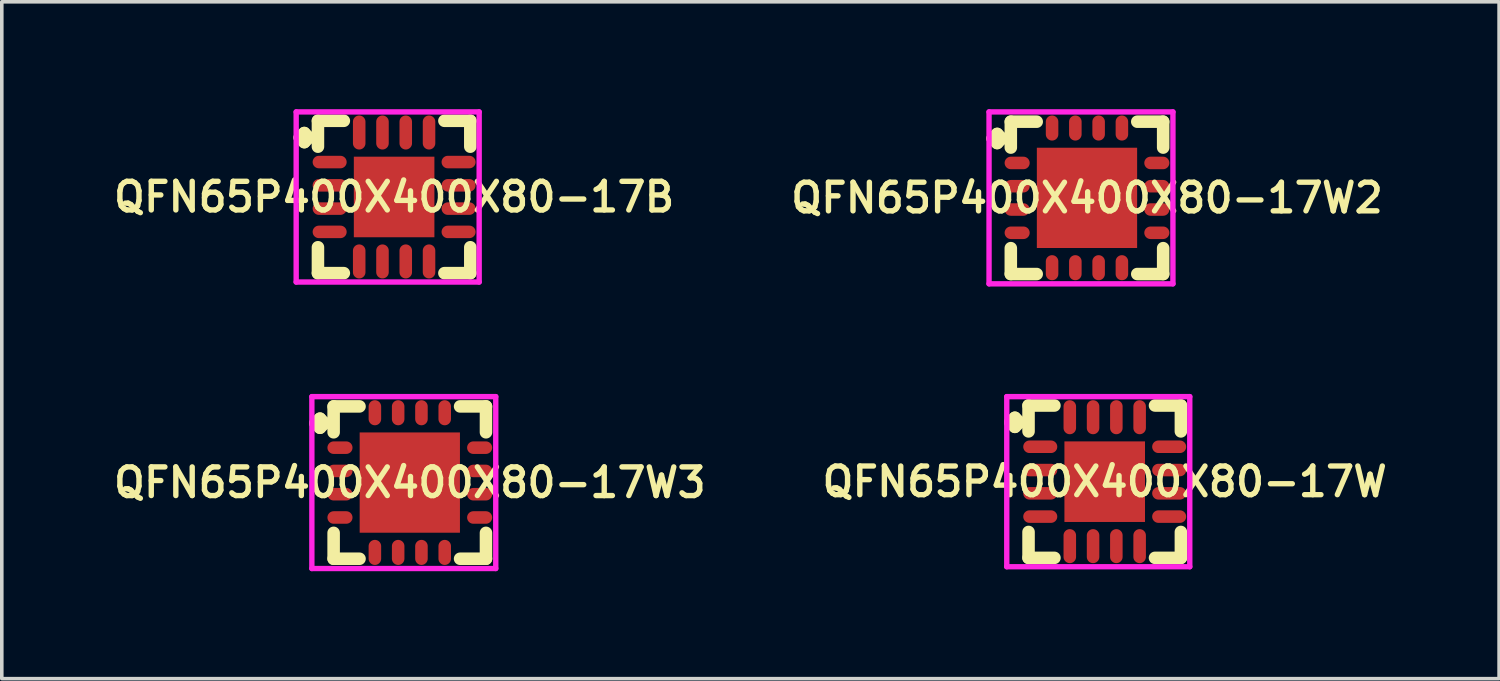
<source format=kicad_pcb>
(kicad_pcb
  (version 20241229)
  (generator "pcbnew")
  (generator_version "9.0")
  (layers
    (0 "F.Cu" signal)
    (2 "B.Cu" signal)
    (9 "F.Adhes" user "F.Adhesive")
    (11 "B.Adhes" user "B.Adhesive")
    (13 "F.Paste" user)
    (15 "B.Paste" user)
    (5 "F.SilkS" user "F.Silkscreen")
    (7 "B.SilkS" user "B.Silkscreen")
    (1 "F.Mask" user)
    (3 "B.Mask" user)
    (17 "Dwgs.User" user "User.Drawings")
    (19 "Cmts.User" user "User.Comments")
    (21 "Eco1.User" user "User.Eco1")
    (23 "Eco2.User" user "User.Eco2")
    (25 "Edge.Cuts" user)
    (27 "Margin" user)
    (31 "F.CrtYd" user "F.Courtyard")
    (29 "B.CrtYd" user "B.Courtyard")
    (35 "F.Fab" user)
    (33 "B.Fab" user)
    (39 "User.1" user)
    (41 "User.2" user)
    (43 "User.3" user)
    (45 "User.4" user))
  (footprint "QFN65P400X400X80-17W3"
    (layer "F.Cu")
    (at 8.393 10.425)
    (property "Reference" "QFN65P400X400X80-17W3" (at 0 0 0) (layer "F.SilkS") (effects (font (size 0.8 0.8) (thickness 0.15))))
    (attr smd)
    (fp_line (start -2.635 -1.658) (end -2.508 -1.785) (stroke (width 0.35) (type solid)) (layer "F.SilkS"))
    (fp_line (start -2.508 -1.785) (end -2.381 -1.658) (stroke (width 0.35) (type solid)) (layer "F.SilkS"))
    (fp_line (start -2.508 -1.531) (end -2.635 -1.658) (stroke (width 0.35) (type solid)) (layer "F.SilkS"))
    (fp_line (start -2.381 -1.658) (end -2.508 -1.531) (stroke (width 0.35) (type solid)) (layer "F.SilkS"))
    (fp_line (start -2.127 -2.127) (end -1.404 -2.127) (stroke (width 0.35) (type solid)) (layer "F.SilkS"))
    (fp_line (start -2.127 -1.404) (end -2.127 -2.127) (stroke (width 0.35) (type solid)) (layer "F.SilkS"))
    (fp_line (start -2.127 1.404) (end -2.127 2.127) (stroke (width 0.35) (type solid)) (layer "F.SilkS"))
    (fp_line (start -2.127 2.127) (end -1.404 2.127) (stroke (width 0.35) (type solid)) (layer "F.SilkS"))
    (fp_line (start 1.404 -2.127) (end 2.127 -2.127) (stroke (width 0.35) (type solid)) (layer "F.SilkS"))
    (fp_line (start 1.404 2.127) (end 2.127 2.127) (stroke (width 0.35) (type solid)) (layer "F.SilkS"))
    (fp_line (start 2.127 -2.127) (end 2.127 -1.404) (stroke (width 0.35) (type solid)) (layer "F.SilkS"))
    (fp_line (start 2.127 2.127) (end 2.127 1.404) (stroke (width 0.35) (type solid)) (layer "F.SilkS"))
    (fp_line (start -2.735 -2.4) (end 2.4 -2.4) (stroke (width 0.15) (type solid)) (layer "F.CrtYd"))
    (fp_line (start -2.735 2.4) (end -2.735 -2.4) (stroke (width 0.15) (type solid)) (layer "F.CrtYd"))
    (fp_line (start 2.4 -2.4) (end 2.4 2.4) (stroke (width 0.15) (type solid)) (layer "F.CrtYd"))
    (fp_line (start 2.4 2.4) (end -2.735 2.4) (stroke (width 0.15) (type solid)) (layer "F.CrtYd"))
    (pad "1" smd oval (at -1.95 -0.975) (size 0.7 0.35) (layers "F.Cu" "F.Mask" "F.Paste"))
    (pad "2" smd oval (at -1.95 -0.325) (size 0.7 0.35) (layers "F.Cu" "F.Mask" "F.Paste"))
    (pad "3" smd oval (at -1.95 0.325) (size 0.7 0.35) (layers "F.Cu" "F.Mask" "F.Paste"))
    (pad "4" smd oval (at -1.95 0.975) (size 0.7 0.35) (layers "F.Cu" "F.Mask" "F.Paste"))
    (pad "5" smd oval (at -0.975 1.95) (size 0.35 0.7) (layers "F.Cu" "F.Mask" "F.Paste"))
    (pad "6" smd oval (at -0.325 1.95) (size 0.35 0.7) (layers "F.Cu" "F.Mask" "F.Paste"))
    (pad "7" smd oval (at 0.325 1.95) (size 0.35 0.7) (layers "F.Cu" "F.Mask" "F.Paste"))
    (pad "8" smd oval (at 0.975 1.95) (size 0.35 0.7) (layers "F.Cu" "F.Mask" "F.Paste"))
    (pad "9" smd oval (at 1.95 0.975) (size 0.7 0.35) (layers "F.Cu" "F.Mask" "F.Paste"))
    (pad "10" smd oval (at 1.95 0.325) (size 0.7 0.35) (layers "F.Cu" "F.Mask" "F.Paste"))
    (pad "11" smd oval (at 1.95 -0.325) (size 0.7 0.35) (layers "F.Cu" "F.Mask" "F.Paste"))
    (pad "12" smd oval (at 1.95 -0.975) (size 0.7 0.35) (layers "F.Cu" "F.Mask" "F.Paste"))
    (pad "13" smd oval (at 0.975 -1.95) (size 0.35 0.7) (layers "F.Cu" "F.Mask" "F.Paste"))
    (pad "14" smd oval (at 0.325 -1.95) (size 0.35 0.7) (layers "F.Cu" "F.Mask" "F.Paste"))
    (pad "15" smd oval (at -0.325 -1.95) (size 0.35 0.7) (layers "F.Cu" "F.Mask" "F.Paste"))
    (pad "16" smd oval (at -0.975 -1.95) (size 0.35 0.7) (layers "F.Cu" "F.Mask" "F.Paste"))
    (pad "17" smd rect (at 0 0) (size 2.8 2.8) (layers "F.Cu" "F.Mask" "F.Paste")))
  (footprint "QFN65P400X400X80-17W"
    (layer "F.Cu")
    (at 27.797 10.4)
    (property "Reference" "QFN65P400X400X80-17W" (at 0 0 0) (layer "F.SilkS") (effects (font (size 0.8 0.8) (thickness 0.15))))
    (attr smd)
    (fp_line (start -2.635 -1.658) (end -2.508 -1.785) (stroke (width 0.35) (type solid)) (layer "F.SilkS"))
    (fp_line (start -2.508 -1.785) (end -2.381 -1.658) (stroke (width 0.35) (type solid)) (layer "F.SilkS"))
    (fp_line (start -2.508 -1.531) (end -2.635 -1.658) (stroke (width 0.35) (type solid)) (layer "F.SilkS"))
    (fp_line (start -2.381 -1.658) (end -2.508 -1.531) (stroke (width 0.35) (type solid)) (layer "F.SilkS"))
    (fp_line (start -2.127 -2.127) (end -1.404 -2.127) (stroke (width 0.35) (type solid)) (layer "F.SilkS"))
    (fp_line (start -2.127 -1.404) (end -2.127 -2.127) (stroke (width 0.35) (type solid)) (layer "F.SilkS"))
    (fp_line (start -2.127 1.404) (end -2.127 2.127) (stroke (width 0.35) (type solid)) (layer "F.SilkS"))
    (fp_line (start -2.127 2.127) (end -1.404 2.127) (stroke (width 0.35) (type solid)) (layer "F.SilkS"))
    (fp_line (start 1.404 -2.127) (end 2.127 -2.127) (stroke (width 0.35) (type solid)) (layer "F.SilkS"))
    (fp_line (start 1.404 2.127) (end 2.127 2.127) (stroke (width 0.35) (type solid)) (layer "F.SilkS"))
    (fp_line (start 2.127 -2.127) (end 2.127 -1.404) (stroke (width 0.35) (type solid)) (layer "F.SilkS"))
    (fp_line (start 2.127 2.127) (end 2.127 1.404) (stroke (width 0.35) (type solid)) (layer "F.SilkS"))
    (fp_line (start -2.735 -2.375) (end 2.375 -2.375) (stroke (width 0.15) (type solid)) (layer "F.CrtYd"))
    (fp_line (start -2.735 2.375) (end -2.735 -2.375) (stroke (width 0.15) (type solid)) (layer "F.CrtYd"))
    (fp_line (start 2.375 -2.375) (end 2.375 2.375) (stroke (width 0.15) (type solid)) (layer "F.CrtYd"))
    (fp_line (start 2.375 2.375) (end -2.735 2.375) (stroke (width 0.15) (type solid)) (layer "F.CrtYd"))
    (pad "1" smd oval (at -1.8 -0.975) (size 0.95 0.35) (layers "F.Cu" "F.Mask" "F.Paste"))
    (pad "2" smd oval (at -1.8 -0.325) (size 0.95 0.35) (layers "F.Cu" "F.Mask" "F.Paste"))
    (pad "3" smd oval (at -1.8 0.325) (size 0.95 0.35) (layers "F.Cu" "F.Mask" "F.Paste"))
    (pad "4" smd oval (at -1.8 0.975) (size 0.95 0.35) (layers "F.Cu" "F.Mask" "F.Paste"))
    (pad "5" smd oval (at -0.975 1.8) (size 0.35 0.95) (layers "F.Cu" "F.Mask" "F.Paste"))
    (pad "6" smd oval (at -0.325 1.8) (size 0.35 0.95) (layers "F.Cu" "F.Mask" "F.Paste"))
    (pad "7" smd oval (at 0.325 1.8) (size 0.35 0.95) (layers "F.Cu" "F.Mask" "F.Paste"))
    (pad "8" smd oval (at 0.975 1.8) (size 0.35 0.95) (layers "F.Cu" "F.Mask" "F.Paste"))
    (pad "9" smd oval (at 1.8 0.975) (size 0.95 0.35) (layers "F.Cu" "F.Mask" "F.Paste"))
    (pad "10" smd oval (at 1.8 0.325) (size 0.95 0.35) (layers "F.Cu" "F.Mask" "F.Paste"))
    (pad "11" smd oval (at 1.8 -0.325) (size 0.95 0.35) (layers "F.Cu" "F.Mask" "F.Paste"))
    (pad "12" smd oval (at 1.8 -0.975) (size 0.95 0.35) (layers "F.Cu" "F.Mask" "F.Paste"))
    (pad "13" smd oval (at 0.975 -1.8) (size 0.35 0.95) (layers "F.Cu" "F.Mask" "F.Paste"))
    (pad "14" smd oval (at 0.325 -1.8) (size 0.35 0.95) (layers "F.Cu" "F.Mask" "F.Paste"))
    (pad "15" smd oval (at -0.325 -1.8) (size 0.35 0.95) (layers "F.Cu" "F.Mask" "F.Paste"))
    (pad "16" smd oval (at -0.975 -1.8) (size 0.35 0.95) (layers "F.Cu" "F.Mask" "F.Paste"))
    (pad "17" smd rect (at 0 0) (size 2.25 2.25) (layers "F.Cu" "F.Mask" "F.Paste")))
  (footprint "QFN65P400X400X80-17B"
    (layer "F.Cu")
    (at 7.955 2.45)
    (property "Reference" "QFN65P400X400X80-17B" (at 0 0 0) (layer "F.SilkS") (effects (font (size 0.8 0.8) (thickness 0.15))))
    (attr smd)
    (fp_line (start -2.635 -1.658) (end -2.508 -1.785) (stroke (width 0.35) (type solid)) (layer "F.SilkS"))
    (fp_line (start -2.508 -1.785) (end -2.381 -1.658) (stroke (width 0.35) (type solid)) (layer "F.SilkS"))
    (fp_line (start -2.508 -1.531) (end -2.635 -1.658) (stroke (width 0.35) (type solid)) (layer "F.SilkS"))
    (fp_line (start -2.381 -1.658) (end -2.508 -1.531) (stroke (width 0.35) (type solid)) (layer "F.SilkS"))
    (fp_line (start -2.127 -2.127) (end -1.404 -2.127) (stroke (width 0.35) (type solid)) (layer "F.SilkS"))
    (fp_line (start -2.127 -1.404) (end -2.127 -2.127) (stroke (width 0.35) (type solid)) (layer "F.SilkS"))
    (fp_line (start -2.127 1.404) (end -2.127 2.127) (stroke (width 0.35) (type solid)) (layer "F.SilkS"))
    (fp_line (start -2.127 2.127) (end -1.404 2.127) (stroke (width 0.35) (type solid)) (layer "F.SilkS"))
    (fp_line (start 1.404 -2.127) (end 2.127 -2.127) (stroke (width 0.35) (type solid)) (layer "F.SilkS"))
    (fp_line (start 1.404 2.127) (end 2.127 2.127) (stroke (width 0.35) (type solid)) (layer "F.SilkS"))
    (fp_line (start 2.127 -2.127) (end 2.127 -1.404) (stroke (width 0.35) (type solid)) (layer "F.SilkS"))
    (fp_line (start 2.127 2.127) (end 2.127 1.404) (stroke (width 0.35) (type solid)) (layer "F.SilkS"))
    (fp_line (start -2.735 -2.375) (end 2.375 -2.375) (stroke (width 0.15) (type solid)) (layer "F.CrtYd"))
    (fp_line (start -2.735 2.375) (end -2.735 -2.375) (stroke (width 0.15) (type solid)) (layer "F.CrtYd"))
    (fp_line (start 2.375 -2.375) (end 2.375 2.375) (stroke (width 0.15) (type solid)) (layer "F.CrtYd"))
    (fp_line (start 2.375 2.375) (end -2.735 2.375) (stroke (width 0.15) (type solid)) (layer "F.CrtYd"))
    (pad "1" smd oval (at -1.8 -0.975) (size 0.95 0.35) (layers "F.Cu" "F.Mask" "F.Paste"))
    (pad "2" smd oval (at -1.8 -0.325) (size 0.95 0.35) (layers "F.Cu" "F.Mask" "F.Paste"))
    (pad "3" smd oval (at -1.8 0.325) (size 0.95 0.35) (layers "F.Cu" "F.Mask" "F.Paste"))
    (pad "4" smd oval (at -1.8 0.975) (size 0.95 0.35) (layers "F.Cu" "F.Mask" "F.Paste"))
    (pad "5" smd oval (at -0.975 1.8) (size 0.35 0.95) (layers "F.Cu" "F.Mask" "F.Paste"))
    (pad "6" smd oval (at -0.325 1.8) (size 0.35 0.95) (layers "F.Cu" "F.Mask" "F.Paste"))
    (pad "7" smd oval (at 0.325 1.8) (size 0.35 0.95) (layers "F.Cu" "F.Mask" "F.Paste"))
    (pad "8" smd oval (at 0.975 1.8) (size 0.35 0.95) (layers "F.Cu" "F.Mask" "F.Paste"))
    (pad "9" smd oval (at 1.8 0.975) (size 0.95 0.35) (layers "F.Cu" "F.Mask" "F.Paste"))
    (pad "10" smd oval (at 1.8 0.325) (size 0.95 0.35) (layers "F.Cu" "F.Mask" "F.Paste"))
    (pad "11" smd oval (at 1.8 -0.325) (size 0.95 0.35) (layers "F.Cu" "F.Mask" "F.Paste"))
    (pad "12" smd oval (at 1.8 -0.975) (size 0.95 0.35) (layers "F.Cu" "F.Mask" "F.Paste"))
    (pad "13" smd oval (at 0.975 -1.8) (size 0.35 0.95) (layers "F.Cu" "F.Mask" "F.Paste"))
    (pad "14" smd oval (at 0.325 -1.8) (size 0.35 0.95) (layers "F.Cu" "F.Mask" "F.Paste"))
    (pad "15" smd oval (at -0.325 -1.8) (size 0.35 0.95) (layers "F.Cu" "F.Mask" "F.Paste"))
    (pad "16" smd oval (at -0.975 -1.8) (size 0.35 0.95) (layers "F.Cu" "F.Mask" "F.Paste"))
    (pad "17" smd rect (at 0 0) (size 2.25 2.25) (layers "F.Cu" "F.Mask" "F.Paste")))
  (footprint "QFN65P400X400X80-17W2"
    (layer "F.Cu")
    (at 27.302 2.475)
    (property "Reference" "QFN65P400X400X80-17W2" (at 0 0 0) (layer "F.SilkS") (effects (font (size 0.8 0.8) (thickness 0.15))))
    (attr smd)
    (fp_line (start -2.635 -1.658) (end -2.508 -1.785) (stroke (width 0.35) (type solid)) (layer "F.SilkS"))
    (fp_line (start -2.508 -1.785) (end -2.381 -1.658) (stroke (width 0.35) (type solid)) (layer "F.SilkS"))
    (fp_line (start -2.508 -1.531) (end -2.635 -1.658) (stroke (width 0.35) (type solid)) (layer "F.SilkS"))
    (fp_line (start -2.381 -1.658) (end -2.508 -1.531) (stroke (width 0.35) (type solid)) (layer "F.SilkS"))
    (fp_line (start -2.127 -2.127) (end -1.404 -2.127) (stroke (width 0.35) (type solid)) (layer "F.SilkS"))
    (fp_line (start -2.127 -1.404) (end -2.127 -2.127) (stroke (width 0.35) (type solid)) (layer "F.SilkS"))
    (fp_line (start -2.127 1.404) (end -2.127 2.127) (stroke (width 0.35) (type solid)) (layer "F.SilkS"))
    (fp_line (start -2.127 2.127) (end -1.404 2.127) (stroke (width 0.35) (type solid)) (layer "F.SilkS"))
    (fp_line (start 1.404 -2.127) (end 2.127 -2.127) (stroke (width 0.35) (type solid)) (layer "F.SilkS"))
    (fp_line (start 1.404 2.127) (end 2.127 2.127) (stroke (width 0.35) (type solid)) (layer "F.SilkS"))
    (fp_line (start 2.127 -2.127) (end 2.127 -1.404) (stroke (width 0.35) (type solid)) (layer "F.SilkS"))
    (fp_line (start 2.127 2.127) (end 2.127 1.404) (stroke (width 0.35) (type solid)) (layer "F.SilkS"))
    (fp_line (start -2.735 -2.4) (end 2.4 -2.4) (stroke (width 0.15) (type solid)) (layer "F.CrtYd"))
    (fp_line (start -2.735 2.4) (end -2.735 -2.4) (stroke (width 0.15) (type solid)) (layer "F.CrtYd"))
    (fp_line (start 2.4 -2.4) (end 2.4 2.4) (stroke (width 0.15) (type solid)) (layer "F.CrtYd"))
    (fp_line (start 2.4 2.4) (end -2.735 2.4) (stroke (width 0.15) (type solid)) (layer "F.CrtYd"))
    (pad "1" smd oval (at -1.95 -0.975) (size 0.7 0.35) (layers "F.Cu" "F.Mask" "F.Paste"))
    (pad "2" smd oval (at -1.95 -0.325) (size 0.7 0.35) (layers "F.Cu" "F.Mask" "F.Paste"))
    (pad "3" smd oval (at -1.95 0.325) (size 0.7 0.35) (layers "F.Cu" "F.Mask" "F.Paste"))
    (pad "4" smd oval (at -1.95 0.975) (size 0.7 0.35) (layers "F.Cu" "F.Mask" "F.Paste"))
    (pad "5" smd oval (at -0.975 1.95) (size 0.35 0.7) (layers "F.Cu" "F.Mask" "F.Paste"))
    (pad "6" smd oval (at -0.325 1.95) (size 0.35 0.7) (layers "F.Cu" "F.Mask" "F.Paste"))
    (pad "7" smd oval (at 0.325 1.95) (size 0.35 0.7) (layers "F.Cu" "F.Mask" "F.Paste"))
    (pad "8" smd oval (at 0.975 1.95) (size 0.35 0.7) (layers "F.Cu" "F.Mask" "F.Paste"))
    (pad "9" smd oval (at 1.95 0.975) (size 0.7 0.35) (layers "F.Cu" "F.Mask" "F.Paste"))
    (pad "10" smd oval (at 1.95 0.325) (size 0.7 0.35) (layers "F.Cu" "F.Mask" "F.Paste"))
    (pad "11" smd oval (at 1.95 -0.325) (size 0.7 0.35) (layers "F.Cu" "F.Mask" "F.Paste"))
    (pad "12" smd oval (at 1.95 -0.975) (size 0.7 0.35) (layers "F.Cu" "F.Mask" "F.Paste"))
    (pad "13" smd oval (at 0.975 -1.95) (size 0.35 0.7) (layers "F.Cu" "F.Mask" "F.Paste"))
    (pad "14" smd oval (at 0.325 -1.95) (size 0.35 0.7) (layers "F.Cu" "F.Mask" "F.Paste"))
    (pad "15" smd oval (at -0.325 -1.95) (size 0.35 0.7) (layers "F.Cu" "F.Mask" "F.Paste"))
    (pad "16" smd oval (at -0.975 -1.95) (size 0.35 0.7) (layers "F.Cu" "F.Mask" "F.Paste"))
    (pad "17" smd rect (at 0 0) (size 2.8 2.8) (layers "F.Cu" "F.Mask" "F.Paste")))
  (gr_rect
    (start -3 -3)
    (end 38.809 15.9)
    (stroke (width 0.1) (type default))
    (fill no)
    (layer "Edge.Cuts")))
</source>
